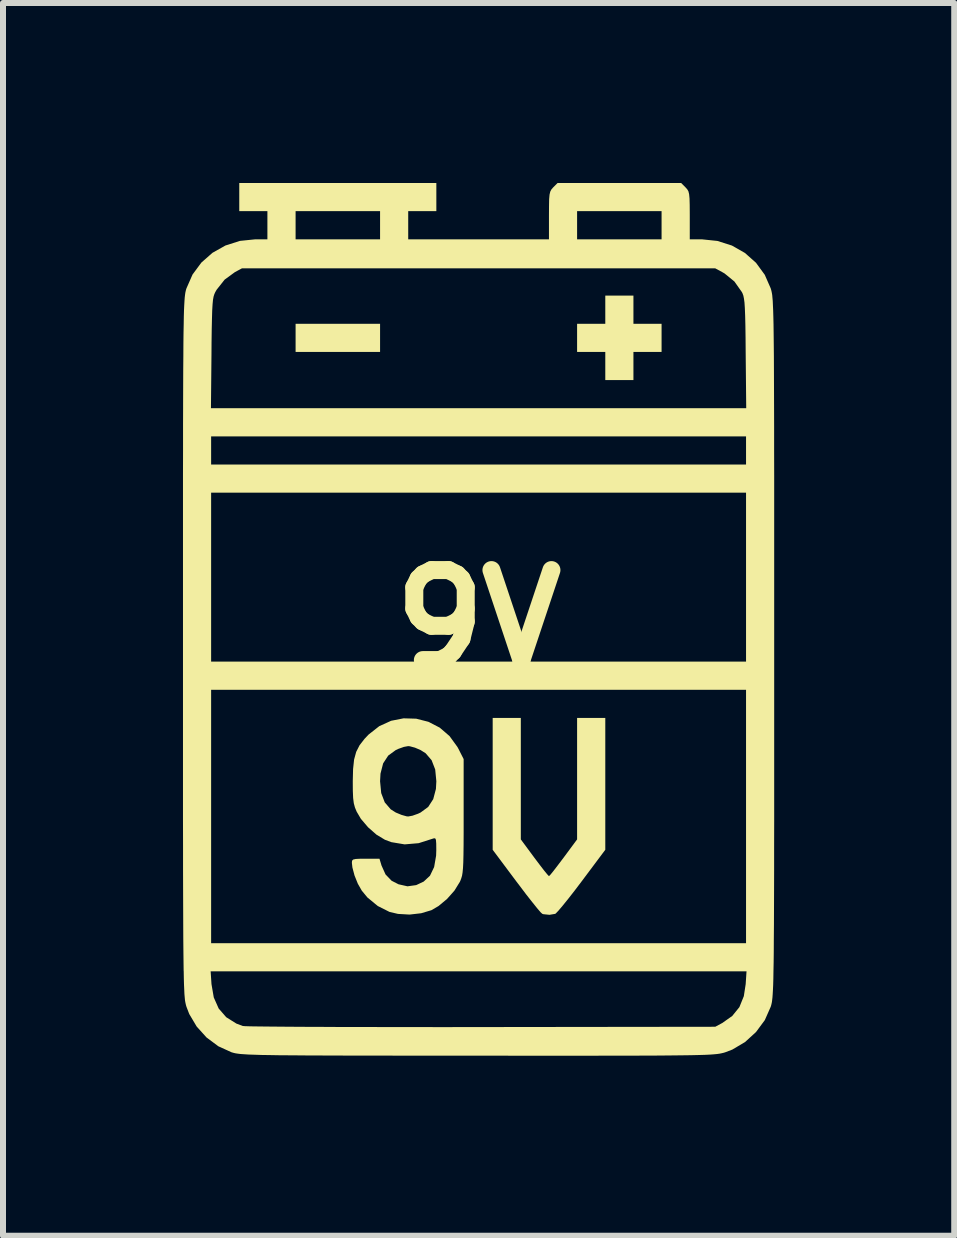
<source format=kicad_pcb>
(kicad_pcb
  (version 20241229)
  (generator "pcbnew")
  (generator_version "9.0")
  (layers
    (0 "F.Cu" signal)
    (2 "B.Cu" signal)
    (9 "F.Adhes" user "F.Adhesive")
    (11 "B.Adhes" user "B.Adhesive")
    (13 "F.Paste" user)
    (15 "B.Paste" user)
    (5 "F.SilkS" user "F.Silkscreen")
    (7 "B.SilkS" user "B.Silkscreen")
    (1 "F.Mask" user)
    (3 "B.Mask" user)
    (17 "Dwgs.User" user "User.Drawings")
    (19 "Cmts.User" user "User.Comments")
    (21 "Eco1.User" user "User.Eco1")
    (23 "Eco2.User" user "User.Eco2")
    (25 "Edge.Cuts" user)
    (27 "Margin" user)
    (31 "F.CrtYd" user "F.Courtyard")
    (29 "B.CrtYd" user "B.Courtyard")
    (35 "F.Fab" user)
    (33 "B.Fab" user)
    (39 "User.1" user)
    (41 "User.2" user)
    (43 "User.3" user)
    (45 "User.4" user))
  (footprint "9V"
    (layer "F.Cu")
    (at 4.927 7.274)
    (property "Reference" "9V" (at 0 0 0) (layer "F.SilkS") (effects (font (size 1.5 1.5) (thickness 0.3))))
    (attr board_only exclude_from_pos_files exclude_from_bom)
    (fp_poly (pts (xy -1.642 -4.693) (xy -1.642 -4.458) (xy -2.346 -4.458) (xy -3.05 -4.458) (xy -3.05 -4.693) (xy -3.05 -4.927) (xy -2.346 -4.927) (xy -1.642 -4.927)) (stroke (width 0) (type solid)) (fill yes) (layer "F.SilkS"))
    (fp_poly (pts (xy 2.581 -5.162) (xy 2.581 -4.927) (xy 2.816 -4.927) (xy 3.05 -4.927) (xy 3.05 -4.693) (xy 3.05 -4.458) (xy 2.816 -4.458) (xy 2.581 -4.458) (xy 2.581 -4.224) (xy 2.581 -3.989) (xy 2.346 -3.989) (xy 2.112 -3.989) (xy 2.112 -4.224) (xy 2.112 -4.458) (xy 1.877 -4.458) (xy 1.642 -4.458) (xy 1.642 -4.693) (xy 1.642 -4.927) (xy 1.877 -4.927) (xy 2.112 -4.927) (xy 2.112 -5.162) (xy 2.112 -5.397) (xy 2.346 -5.397) (xy 2.581 -5.397)) (stroke (width 0) (type solid)) (fill yes) (layer "F.SilkS"))
    (fp_poly (pts (xy 0.704 2.655) (xy 0.704 3.667) (xy 0.931 3.974) (xy 1.017 4.088) (xy 1.09 4.183) (xy 1.144 4.249) (xy 1.172 4.279) (xy 1.173 4.28) (xy 1.195 4.258) (xy 1.245 4.197) (xy 1.315 4.106) (xy 1.399 3.995) (xy 1.415 3.974) (xy 1.642 3.667) (xy 1.642 2.655) (xy 1.642 1.642) (xy 1.877 1.642) (xy 2.112 1.642) (xy 2.112 2.741) (xy 2.112 3.84) (xy 1.719 4.365) (xy 1.603 4.518) (xy 1.496 4.655) (xy 1.404 4.769) (xy 1.332 4.854) (xy 1.287 4.901) (xy 1.277 4.908) (xy 1.182 4.924) (xy 1.082 4.914) (xy 1.061 4.907) (xy 1.032 4.88) (xy 0.975 4.813) (xy 0.894 4.712) (xy 0.794 4.585) (xy 0.683 4.438) (xy 0.628 4.366) (xy 0.235 3.84) (xy 0.235 2.741) (xy 0.235 1.642) (xy 0.469 1.642) (xy 0.704 1.642)) (stroke (width 0) (type solid)) (fill yes) (layer "F.SilkS"))
    (fp_poly (pts (xy -1.04 1.655) (xy -0.836 1.707) (xy -0.648 1.804) (xy -0.484 1.945) (xy -0.352 2.127) (xy -0.337 2.155) (xy -0.249 2.328) (xy -0.249 3.283) (xy -0.249 3.546) (xy -0.25 3.757) (xy -0.252 3.923) (xy -0.255 4.051) (xy -0.26 4.147) (xy -0.267 4.219) (xy -0.276 4.274) (xy -0.289 4.317) (xy -0.304 4.357) (xy -0.313 4.376) (xy -0.402 4.52) (xy -0.526 4.66) (xy -0.668 4.778) (xy -0.786 4.847) (xy -0.957 4.898) (xy -1.15 4.92) (xy -1.343 4.909) (xy -1.484 4.876) (xy -1.681 4.777) (xy -1.854 4.634) (xy -1.947 4.521) (xy -2.013 4.405) (xy -2.068 4.268) (xy -2.103 4.136) (xy -2.112 4.058) (xy -2.109 4.023) (xy -2.091 4.003) (xy -2.047 3.993) (xy -1.965 3.989) (xy -1.882 3.989) (xy -1.652 3.989) (xy -1.618 4.102) (xy -1.551 4.251) (xy -1.45 4.356) (xy -1.335 4.415) (xy -1.185 4.449) (xy -1.04 4.429) (xy -0.915 4.37) (xy -0.81 4.272) (xy -0.741 4.128) (xy -0.708 3.938) (xy -0.705 3.846) (xy -0.706 3.736) (xy -0.711 3.674) (xy -0.724 3.649) (xy -0.748 3.65) (xy -0.755 3.652) (xy -0.999 3.73) (xy -1.232 3.75) (xy -1.454 3.713) (xy -1.561 3.673) (xy -1.702 3.588) (xy -1.842 3.465) (xy -1.962 3.324) (xy -2.033 3.203) (xy -2.061 3.135) (xy -2.08 3.064) (xy -2.091 2.977) (xy -2.096 2.858) (xy -2.097 2.698) (xy -1.642 2.698) (xy -1.623 2.895) (xy -1.564 3.05) (xy -1.464 3.166) (xy -1.38 3.219) (xy -1.286 3.258) (xy -1.202 3.282) (xy -1.173 3.285) (xy -1.102 3.272) (xy -1.009 3.239) (xy -0.967 3.219) (xy -0.84 3.126) (xy -0.756 2.996) (xy -0.711 2.826) (xy -0.704 2.698) (xy -0.723 2.502) (xy -0.783 2.347) (xy -0.883 2.231) (xy -0.967 2.178) (xy -1.06 2.138) (xy -1.145 2.115) (xy -1.173 2.112) (xy -1.244 2.125) (xy -1.337 2.158) (xy -1.38 2.178) (xy -1.506 2.27) (xy -1.591 2.4) (xy -1.635 2.571) (xy -1.642 2.698) (xy -2.097 2.698) (xy -2.092 2.495) (xy -2.075 2.336) (xy -2.04 2.208) (xy -1.984 2.098) (xy -1.901 1.991) (xy -1.834 1.92) (xy -1.656 1.78) (xy -1.458 1.69) (xy -1.25 1.649)) (stroke (width 0) (type solid)) (fill yes) (layer "F.SilkS"))
    (fp_poly (pts (xy -0.704 -7.039) (xy -0.704 -6.805) (xy -0.939 -6.805) (xy -1.173 -6.805) (xy -1.173 -6.57) (xy -1.173 -6.335) (xy 0 -6.335) (xy 1.173 -6.335) (xy 1.173 -6.57) (xy 1.642 -6.57) (xy 1.642 -6.335) (xy 2.346 -6.335) (xy 3.05 -6.335) (xy 3.05 -6.57) (xy 3.05 -6.805) (xy 2.346 -6.805) (xy 1.642 -6.805) (xy 1.642 -6.57) (xy 1.173 -6.57) (xy 1.173 -6.733) (xy 1.174 -6.893) (xy 1.176 -7.005) (xy 1.183 -7.081) (xy 1.195 -7.131) (xy 1.214 -7.167) (xy 1.241 -7.198) (xy 1.245 -7.202) (xy 1.317 -7.274) (xy 2.346 -7.274) (xy 3.376 -7.274) (xy 3.448 -7.202) (xy 3.477 -7.17) (xy 3.497 -7.136) (xy 3.509 -7.088) (xy 3.516 -7.016) (xy 3.519 -6.908) (xy 3.52 -6.754) (xy 3.52 -6.733) (xy 3.52 -6.335) (xy 3.722 -6.335) (xy 3.981 -6.308) (xy 4.223 -6.231) (xy 4.439 -6.108) (xy 4.624 -5.944) (xy 4.77 -5.744) (xy 4.869 -5.518) (xy 4.876 -5.495) (xy 4.882 -5.471) (xy 4.888 -5.442) (xy 4.894 -5.407) (xy 4.898 -5.362) (xy 4.903 -5.306) (xy 4.906 -5.236) (xy 4.91 -5.15) (xy 4.913 -5.044) (xy 4.916 -4.917) (xy 4.918 -4.766) (xy 4.92 -4.588) (xy 4.922 -4.382) (xy 4.923 -4.144) (xy 4.924 -3.872) (xy 4.925 -3.563) (xy 4.926 -3.216) (xy 4.926 -2.827) (xy 4.927 -2.394) (xy 4.927 -1.915) (xy 4.927 -1.387) (xy 4.927 -0.808) (xy 4.927 -0.174) (xy 4.927 0.469) (xy 4.927 1.155) (xy 4.927 1.785) (xy 4.927 2.361) (xy 4.927 2.886) (xy 4.927 3.362) (xy 4.926 3.792) (xy 4.926 4.178) (xy 4.925 4.522) (xy 4.924 4.829) (xy 4.923 5.098) (xy 4.921 5.334) (xy 4.92 5.539) (xy 4.918 5.715) (xy 4.915 5.864) (xy 4.913 5.99) (xy 4.91 6.094) (xy 4.906 6.18) (xy 4.902 6.249) (xy 4.898 6.304) (xy 4.893 6.348) (xy 4.888 6.383) (xy 4.882 6.411) (xy 4.876 6.435) (xy 4.869 6.457) (xy 4.771 6.679) (xy 4.624 6.878) (xy 4.441 7.045) (xy 4.23 7.17) (xy 4.11 7.216) (xy 4.083 7.224) (xy 4.053 7.231) (xy 4.019 7.238) (xy 3.977 7.244) (xy 3.924 7.249) (xy 3.857 7.254) (xy 3.773 7.258) (xy 3.669 7.261) (xy 3.542 7.264) (xy 3.389 7.266) (xy 3.206 7.268) (xy 2.991 7.27) (xy 2.741 7.271) (xy 2.452 7.272) (xy 2.121 7.272) (xy 1.746 7.273) (xy 1.323 7.273) (xy 0.85 7.273) (xy 0.322 7.272) (xy -0.01 7.272) (xy -0.571 7.272) (xy -1.076 7.272) (xy -1.528 7.271) (xy -1.931 7.271) (xy -2.287 7.27) (xy -2.6 7.269) (xy -2.873 7.268) (xy -3.108 7.266) (xy -3.309 7.265) (xy -3.479 7.262) (xy -3.621 7.26) (xy -3.738 7.256) (xy -3.833 7.253) (xy -3.909 7.248) (xy -3.969 7.244) (xy -4.016 7.238) (xy -4.054 7.232) (xy -4.084 7.225) (xy -4.112 7.217) (xy -4.121 7.214) (xy -4.338 7.115) (xy -4.534 6.969) (xy -4.699 6.786) (xy -4.823 6.577) (xy -4.869 6.457) (xy -4.876 6.434) (xy -4.882 6.409) (xy -4.888 6.381) (xy -4.894 6.345) (xy -4.898 6.301) (xy -4.903 6.245) (xy -4.906 6.175) (xy -4.91 6.088) (xy -4.913 5.983) (xy -4.915 5.866) (xy -4.466 5.866) (xy -4.452 6.079) (xy -4.414 6.301) (xy -4.332 6.486) (xy -4.206 6.631) (xy -4.037 6.737) (xy -3.93 6.777) (xy -3.893 6.78) (xy -3.8 6.783) (xy -3.655 6.785) (xy -3.462 6.787) (xy -3.225 6.789) (xy -2.946 6.791) (xy -2.629 6.792) (xy -2.279 6.794) (xy -1.897 6.794) (xy -1.489 6.795) (xy -1.056 6.795) (xy -0.603 6.796) (xy -0.134 6.795) (xy 0.044 6.795) (xy 3.945 6.79) (xy 4.062 6.727) (xy 4.228 6.61) (xy 4.347 6.463) (xy 4.421 6.28) (xy 4.452 6.079) (xy 4.466 5.866) (xy 0 5.866) (xy -4.466 5.866) (xy -4.915 5.866) (xy -4.916 5.856) (xy -4.918 5.704) (xy -4.92 5.527) (xy -4.922 5.32) (xy -4.923 5.082) (xy -4.924 4.81) (xy -4.925 4.502) (xy -4.926 4.154) (xy -4.926 3.765) (xy -4.927 3.333) (xy -4.927 3.285) (xy -4.458 3.285) (xy -4.458 5.397) (xy 0 5.397) (xy 4.458 5.397) (xy 4.458 3.285) (xy 4.458 1.173) (xy 0 1.173) (xy -4.458 1.173) (xy -4.458 3.285) (xy -4.927 3.285) (xy -4.927 2.854) (xy -4.927 2.326) (xy -4.927 1.746) (xy -4.927 1.113) (xy -4.927 0.469) (xy -4.927 -0.217) (xy -4.927 -0.704) (xy -4.458 -0.704) (xy -4.458 0.704) (xy 0 0.704) (xy 4.458 0.704) (xy 4.458 -0.704) (xy 4.458 -2.112) (xy 0 -2.112) (xy -4.458 -2.112) (xy -4.458 -0.704) (xy -4.927 -0.704) (xy -4.927 -0.846) (xy -4.927 -1.422) (xy -4.927 -1.947) (xy -4.927 -2.423) (xy -4.926 -2.816) (xy -4.458 -2.816) (xy -4.458 -2.581) (xy 0 -2.581) (xy 4.458 -2.581) (xy 4.458 -2.816) (xy 4.458 -3.05) (xy 0 -3.05) (xy -4.458 -3.05) (xy -4.458 -2.816) (xy -4.926 -2.816) (xy -4.926 -2.853) (xy -4.926 -3.239) (xy -4.925 -3.52) (xy -4.461 -3.52) (xy 0 -3.52) (xy 4.461 -3.52) (xy 4.452 -4.436) (xy 4.45 -4.696) (xy 4.447 -4.903) (xy 4.443 -5.065) (xy 4.438 -5.189) (xy 4.432 -5.281) (xy 4.423 -5.348) (xy 4.413 -5.397) (xy 4.399 -5.435) (xy 4.389 -5.455) (xy 4.264 -5.632) (xy 4.1 -5.766) (xy 4.062 -5.788) (xy 3.945 -5.851) (xy 0 -5.851) (xy -3.945 -5.851) (xy -4.062 -5.788) (xy -4.233 -5.663) (xy -4.366 -5.495) (xy -4.389 -5.455) (xy -4.404 -5.422) (xy -4.417 -5.381) (xy -4.427 -5.326) (xy -4.434 -5.251) (xy -4.44 -5.148) (xy -4.444 -5.011) (xy -4.448 -4.833) (xy -4.451 -4.607) (xy -4.452 -4.436) (xy -4.461 -3.52) (xy -4.925 -3.52) (xy -4.925 -3.584) (xy -4.924 -3.89) (xy -4.923 -4.16) (xy -4.921 -4.396) (xy -4.92 -4.6) (xy -4.918 -4.776) (xy -4.915 -4.926) (xy -4.913 -5.052) (xy -4.91 -5.156) (xy -4.906 -5.241) (xy -4.902 -5.31) (xy -4.898 -5.366) (xy -4.893 -5.409) (xy -4.888 -5.444) (xy -4.882 -5.472) (xy -4.876 -5.497) (xy -4.869 -5.518) (xy -4.768 -5.748) (xy -4.621 -5.947) (xy -4.436 -6.11) (xy -4.219 -6.232) (xy -3.977 -6.309) (xy -3.722 -6.335) (xy -3.52 -6.335) (xy -3.52 -6.57) (xy -3.05 -6.57) (xy -3.05 -6.335) (xy -2.346 -6.335) (xy -1.642 -6.335) (xy -1.642 -6.57) (xy -1.642 -6.805) (xy -2.346 -6.805) (xy -3.05 -6.805) (xy -3.05 -6.57) (xy -3.52 -6.57) (xy -3.52 -6.805) (xy -3.754 -6.805) (xy -3.989 -6.805) (xy -3.989 -7.039) (xy -3.989 -7.274) (xy -2.346 -7.274) (xy -0.704 -7.274)) (stroke (width 0) (type solid)) (fill yes) (layer "F.SilkS")))
  (gr_rect
    (start -3 -3)
    (end 12.855 17.547)
    (stroke (width 0.1) (type default))
    (fill no)
    (layer "Edge.Cuts")))
</source>
